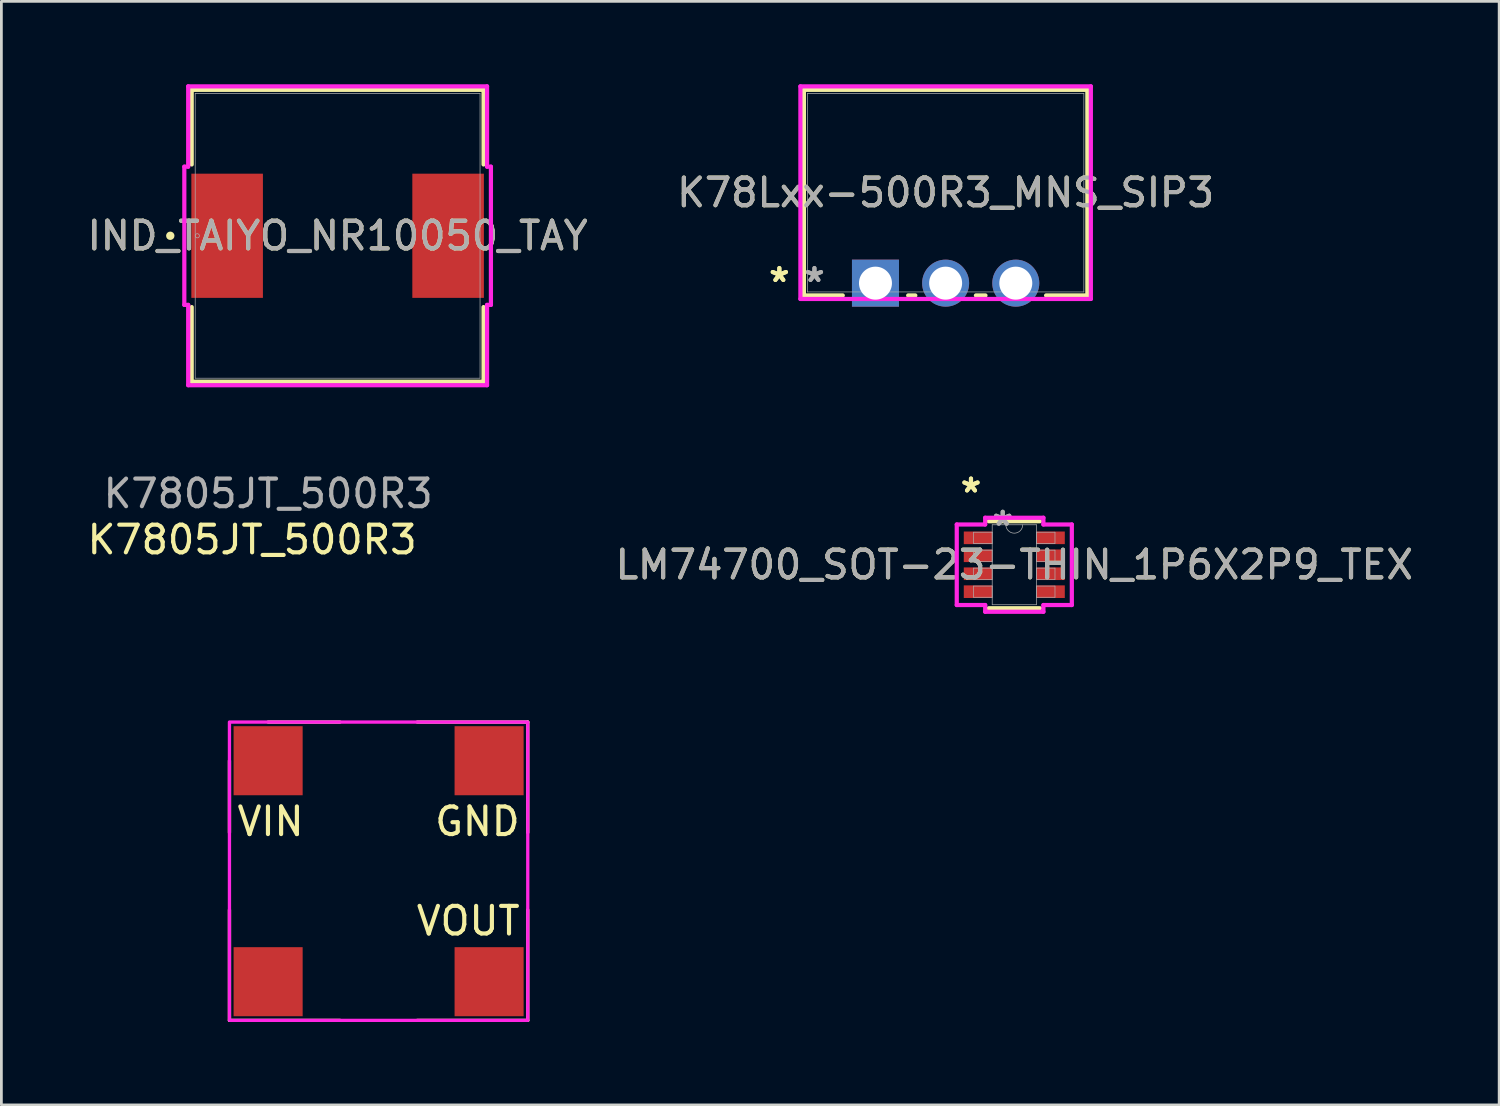
<source format=kicad_pcb>
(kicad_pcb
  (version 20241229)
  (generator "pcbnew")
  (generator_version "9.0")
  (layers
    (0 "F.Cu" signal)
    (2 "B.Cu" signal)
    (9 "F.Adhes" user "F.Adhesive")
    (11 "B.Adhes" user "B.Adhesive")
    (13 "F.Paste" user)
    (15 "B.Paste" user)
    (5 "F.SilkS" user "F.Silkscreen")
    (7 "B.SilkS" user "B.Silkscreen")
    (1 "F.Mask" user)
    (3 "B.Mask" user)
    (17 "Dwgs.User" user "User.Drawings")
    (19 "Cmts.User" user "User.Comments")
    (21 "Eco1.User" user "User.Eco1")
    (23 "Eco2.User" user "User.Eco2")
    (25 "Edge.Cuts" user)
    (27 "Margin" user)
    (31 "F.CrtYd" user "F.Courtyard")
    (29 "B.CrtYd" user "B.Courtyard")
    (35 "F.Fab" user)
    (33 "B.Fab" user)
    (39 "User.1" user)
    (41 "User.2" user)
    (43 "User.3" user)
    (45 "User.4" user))
  (footprint "LM74700_SOT-23-THIN_1P6X2P9_TEX"
    (layer "F.Cu")
    (at 33.671 17.396)
    (property "Reference" "LM74700_SOT-23-THIN_1P6X2P9_TEX" (at 0 0 0) (unlocked yes) (layer "F.SilkS") (effects (font (size 1 1) (thickness 0.15))))
    (attr smd)
    (fp_line (start -0.927 1.575) (end 0.927 1.575) (stroke (width 0.152) (type solid)) (layer "F.SilkS"))
    (fp_line (start 0.927 -1.575) (end -0.927 -1.575) (stroke (width 0.152) (type solid)) (layer "F.SilkS"))
    (fp_line (start -2.083 -1.458) (end -1.054 -1.458) (stroke (width 0.152) (type solid)) (layer "F.CrtYd"))
    (fp_line (start -2.083 1.458) (end -2.083 -1.458) (stroke (width 0.152) (type solid)) (layer "F.CrtYd"))
    (fp_line (start -2.083 1.458) (end -1.054 1.458) (stroke (width 0.152) (type solid)) (layer "F.CrtYd"))
    (fp_line (start -1.054 -1.702) (end 1.054 -1.702) (stroke (width 0.152) (type solid)) (layer "F.CrtYd"))
    (fp_line (start -1.054 -1.458) (end -1.054 -1.702) (stroke (width 0.152) (type solid)) (layer "F.CrtYd"))
    (fp_line (start -1.054 1.702) (end -1.054 1.458) (stroke (width 0.152) (type solid)) (layer "F.CrtYd"))
    (fp_line (start 1.054 -1.702) (end 1.054 -1.458) (stroke (width 0.152) (type solid)) (layer "F.CrtYd"))
    (fp_line (start 1.054 1.458) (end 1.054 1.702) (stroke (width 0.152) (type solid)) (layer "F.CrtYd"))
    (fp_line (start 1.054 1.702) (end -1.054 1.702) (stroke (width 0.152) (type solid)) (layer "F.CrtYd"))
    (fp_line (start 2.083 -1.458) (end 1.054 -1.458) (stroke (width 0.152) (type solid)) (layer "F.CrtYd"))
    (fp_line (start 2.083 -1.458) (end 2.083 1.458) (stroke (width 0.152) (type solid)) (layer "F.CrtYd"))
    (fp_line (start 2.083 1.458) (end 1.054 1.458) (stroke (width 0.152) (type solid)) (layer "F.CrtYd"))
    (fp_line (start -1.473 -1.178) (end -1.473 -0.772) (stroke (width 0.025) (type solid)) (layer "F.Fab"))
    (fp_line (start -1.473 -0.772) (end -0.8 -0.772) (stroke (width 0.025) (type solid)) (layer "F.Fab"))
    (fp_line (start -1.473 -0.528) (end -1.473 -0.122) (stroke (width 0.025) (type solid)) (layer "F.Fab"))
    (fp_line (start -1.473 -0.122) (end -0.8 -0.122) (stroke (width 0.025) (type solid)) (layer "F.Fab"))
    (fp_line (start -1.473 0.122) (end -1.473 0.528) (stroke (width 0.025) (type solid)) (layer "F.Fab"))
    (fp_line (start -1.473 0.528) (end -0.8 0.528) (stroke (width 0.025) (type solid)) (layer "F.Fab"))
    (fp_line (start -1.473 0.772) (end -1.473 1.178) (stroke (width 0.025) (type solid)) (layer "F.Fab"))
    (fp_line (start -1.473 1.178) (end -0.8 1.178) (stroke (width 0.025) (type solid)) (layer "F.Fab"))
    (fp_line (start -0.8 -1.448) (end -0.8 1.448) (stroke (width 0.025) (type solid)) (layer "F.Fab"))
    (fp_line (start -0.8 -1.178) (end -1.473 -1.178) (stroke (width 0.025) (type solid)) (layer "F.Fab"))
    (fp_line (start -0.8 -0.772) (end -0.8 -1.178) (stroke (width 0.025) (type solid)) (layer "F.Fab"))
    (fp_line (start -0.8 -0.528) (end -1.473 -0.528) (stroke (width 0.025) (type solid)) (layer "F.Fab"))
    (fp_line (start -0.8 -0.122) (end -0.8 -0.528) (stroke (width 0.025) (type solid)) (layer "F.Fab"))
    (fp_line (start -0.8 0.122) (end -1.473 0.122) (stroke (width 0.025) (type solid)) (layer "F.Fab"))
    (fp_line (start -0.8 0.528) (end -0.8 0.122) (stroke (width 0.025) (type solid)) (layer "F.Fab"))
    (fp_line (start -0.8 0.772) (end -1.473 0.772) (stroke (width 0.025) (type solid)) (layer "F.Fab"))
    (fp_line (start -0.8 1.178) (end -0.8 0.772) (stroke (width 0.025) (type solid)) (layer "F.Fab"))
    (fp_line (start -0.8 1.448) (end 0.8 1.448) (stroke (width 0.025) (type solid)) (layer "F.Fab"))
    (fp_line (start 0.8 -1.448) (end -0.8 -1.448) (stroke (width 0.025) (type solid)) (layer "F.Fab"))
    (fp_line (start 0.8 -1.178) (end 0.8 -0.772) (stroke (width 0.025) (type solid)) (layer "F.Fab"))
    (fp_line (start 0.8 -0.772) (end 1.473 -0.772) (stroke (width 0.025) (type solid)) (layer "F.Fab"))
    (fp_line (start 0.8 -0.528) (end 0.8 -0.122) (stroke (width 0.025) (type solid)) (layer "F.Fab"))
    (fp_line (start 0.8 -0.122) (end 1.473 -0.122) (stroke (width 0.025) (type solid)) (layer "F.Fab"))
    (fp_line (start 0.8 0.122) (end 0.8 0.528) (stroke (width 0.025) (type solid)) (layer "F.Fab"))
    (fp_line (start 0.8 0.528) (end 1.473 0.528) (stroke (width 0.025) (type solid)) (layer "F.Fab"))
    (fp_line (start 0.8 0.772) (end 0.8 1.178) (stroke (width 0.025) (type solid)) (layer "F.Fab"))
    (fp_line (start 0.8 1.178) (end 1.473 1.178) (stroke (width 0.025) (type solid)) (layer "F.Fab"))
    (fp_line (start 0.8 1.448) (end 0.8 -1.448) (stroke (width 0.025) (type solid)) (layer "F.Fab"))
    (fp_line (start 1.473 -1.178) (end 0.8 -1.178) (stroke (width 0.025) (type solid)) (layer "F.Fab"))
    (fp_line (start 1.473 -0.772) (end 1.473 -1.178) (stroke (width 0.025) (type solid)) (layer "F.Fab"))
    (fp_line (start 1.473 -0.528) (end 0.8 -0.528) (stroke (width 0.025) (type solid)) (layer "F.Fab"))
    (fp_line (start 1.473 -0.122) (end 1.473 -0.528) (stroke (width 0.025) (type solid)) (layer "F.Fab"))
    (fp_line (start 1.473 0.122) (end 0.8 0.122) (stroke (width 0.025) (type solid)) (layer "F.Fab"))
    (fp_line (start 1.473 0.528) (end 1.473 0.122) (stroke (width 0.025) (type solid)) (layer "F.Fab"))
    (fp_line (start 1.473 0.772) (end 0.8 0.772) (stroke (width 0.025) (type solid)) (layer "F.Fab"))
    (fp_line (start 1.473 1.178) (end 1.473 0.772) (stroke (width 0.025) (type solid)) (layer "F.Fab"))
    (fp_arc (start 0.3048 -1.4478) (mid 0 -1.143) (end -0.3048 -1.4478) (stroke (width 0.0254) (type solid)) (layer "F.Fab"))
    (fp_text user "*" (at -1.568 -2.575 0) (unlocked yes) (layer "F.SilkS") (effects (font (size 1 1) (thickness 0.15))))
    (fp_text user "*" (at -1.568 -2.575 0) (layer "F.SilkS") (effects (font (size 1 1) (thickness 0.15))))
    (fp_text user "*" (at -0.419 -1.372 0) (layer "F.Fab") (effects (font (size 1 1) (thickness 0.15))))
    (fp_text user "${REFERENCE}" (at 0 0 0) (unlocked yes) (layer "F.Fab") (effects (font (size 1 1) (thickness 0.15))))
    (fp_text user "*" (at -0.419 -1.372 0) (unlocked yes) (layer "F.Fab") (effects (font (size 1 1) (thickness 0.15))))
    (pad "1" smd rect (at -1.314 -0.975) (size 1.029 0.457) (layers "F.Cu" "F.Mask" "F.Paste"))
    (pad "2" smd rect (at -1.314 -0.325) (size 1.029 0.457) (layers "F.Cu" "F.Mask" "F.Paste"))
    (pad "3" smd rect (at -1.314 0.325) (size 1.029 0.457) (layers "F.Cu" "F.Mask" "F.Paste"))
    (pad "4" smd rect (at -1.314 0.975) (size 1.029 0.457) (layers "F.Cu" "F.Mask" "F.Paste"))
    (pad "5" smd rect (at 1.314 0.975) (size 1.029 0.457) (layers "F.Cu" "F.Mask" "F.Paste"))
    (pad "6" smd rect (at 1.314 0.325) (size 1.029 0.457) (layers "F.Cu" "F.Mask" "F.Paste"))
    (pad "7" smd rect (at 1.314 -0.325) (size 1.029 0.457) (layers "F.Cu" "F.Mask" "F.Paste"))
    (pad "8" smd rect (at 1.314 -0.975) (size 1.029 0.457) (layers "F.Cu" "F.Mask" "F.Paste")))
  (footprint "IND_TAIYO_NR10050_TAY"
    (layer "F.Cu")
    (at 9.173 5.486)
    (property "Reference" "IND_TAIYO_NR10050_TAY" (at 0 0 0) (unlocked yes) (layer "F.SilkS") (effects (font (size 1 1) (thickness 0.15))))
    (attr smd)
    (fp_line (start -5.283 -5.283) (end -5.283 -2.581) (stroke (width 0.152) (type solid)) (layer "F.SilkS"))
    (fp_line (start -5.283 2.581) (end -5.283 5.283) (stroke (width 0.152) (type solid)) (layer "F.SilkS"))
    (fp_line (start -5.283 5.283) (end 5.283 5.283) (stroke (width 0.152) (type solid)) (layer "F.SilkS"))
    (fp_line (start 5.283 -5.283) (end -5.283 -5.283) (stroke (width 0.152) (type solid)) (layer "F.SilkS"))
    (fp_line (start 5.283 -2.581) (end 5.283 -5.283) (stroke (width 0.152) (type solid)) (layer "F.SilkS"))
    (fp_line (start 5.283 5.283) (end 5.283 2.581) (stroke (width 0.152) (type solid)) (layer "F.SilkS"))
    (fp_circle (center -6.058 0) (end -5.982 0) (stroke (width 0.152) (type solid)) (fill no) (layer "F.SilkS"))
    (fp_line (start -5.55 -2.502) (end -5.41 -2.502) (stroke (width 0.152) (type solid)) (layer "F.CrtYd"))
    (fp_line (start -5.55 2.502) (end -5.55 -2.502) (stroke (width 0.152) (type solid)) (layer "F.CrtYd"))
    (fp_line (start -5.41 -5.41) (end 5.41 -5.41) (stroke (width 0.152) (type solid)) (layer "F.CrtYd"))
    (fp_line (start -5.41 -2.502) (end -5.41 -5.41) (stroke (width 0.152) (type solid)) (layer "F.CrtYd"))
    (fp_line (start -5.41 2.502) (end -5.55 2.502) (stroke (width 0.152) (type solid)) (layer "F.CrtYd"))
    (fp_line (start -5.41 5.41) (end -5.41 2.502) (stroke (width 0.152) (type solid)) (layer "F.CrtYd"))
    (fp_line (start 5.41 -5.41) (end 5.41 -2.502) (stroke (width 0.152) (type solid)) (layer "F.CrtYd"))
    (fp_line (start 5.41 -2.502) (end 5.55 -2.502) (stroke (width 0.152) (type solid)) (layer "F.CrtYd"))
    (fp_line (start 5.41 2.502) (end 5.41 5.41) (stroke (width 0.152) (type solid)) (layer "F.CrtYd"))
    (fp_line (start 5.41 5.41) (end -5.41 5.41) (stroke (width 0.152) (type solid)) (layer "F.CrtYd"))
    (fp_line (start 5.55 -2.502) (end 5.55 2.502) (stroke (width 0.152) (type solid)) (layer "F.CrtYd"))
    (fp_line (start 5.55 2.502) (end 5.41 2.502) (stroke (width 0.152) (type solid)) (layer "F.CrtYd"))
    (fp_line (start -5.156 -5.156) (end -5.156 5.156) (stroke (width 0.025) (type solid)) (layer "F.Fab"))
    (fp_line (start -5.156 5.156) (end 5.156 5.156) (stroke (width 0.025) (type solid)) (layer "F.Fab"))
    (fp_line (start 5.156 -5.156) (end -5.156 -5.156) (stroke (width 0.025) (type solid)) (layer "F.Fab"))
    (fp_line (start 5.156 5.156) (end 5.156 -5.156) (stroke (width 0.025) (type solid)) (layer "F.Fab"))
    (fp_circle (center -5.08 0) (end -5.004 0) (stroke (width 0.025) (type solid)) (fill no) (layer "F.Fab"))
    (fp_text user "${REFERENCE}" (at 0 0 0) (unlocked yes) (layer "F.Fab") (effects (font (size 1 1) (thickness 0.15))))
    (pad "1" smd rect (at -4 0) (size 2.591 4.496) (layers "F.Cu" "F.Mask" "F.Paste"))
    (pad "2" smd rect (at 4 0) (size 2.591 4.496) (layers "F.Cu" "F.Mask" "F.Paste"))
    (zone (net_name "") (layer "F.Cu") (hatch full 0.508) (connect_pads) (min_thickness 0.254) (filled_areas_thickness no) (keepout (tracks not_allowed) (vias not_allowed) (pads allowed) (copperpour not_allowed) (footprints allowed)) (placement (enabled no)) (fill) (polygon (pts (xy 6.518 0.381) (xy 11.827 0.381) (xy 11.827 10.592) (xy 6.518 10.592)))))
  (footprint "K7805JT_500R3"
    (layer "F.Cu")
    (at 6.657 24.491)
    (property "Reference" "K7805JT_500R3" (at -0.58 -8 0) (unlocked yes) (layer "F.SilkS") (effects (font (size 1 1) (thickness 0.15))))
    (attr smd)
    (fp_line (start 0 0) (end 1 0) (stroke (width 0.12) (type default)) (layer "F.Cu"))
    (fp_line (start -1.4 2.6) (end -1.4 0) (stroke (width 0.12) (type default)) (layer "F.SilkS"))
    (fp_line (start -1.4 9.4) (end -1.4 5.4) (stroke (width 0.12) (type default)) (layer "F.SilkS"))
    (fp_line (start 0 -1.4) (end 2.6 -1.4) (stroke (width 0.12) (type default)) (layer "F.SilkS"))
    (fp_line (start 2.6 9.4) (end -1.4 9.4) (stroke (width 0.12) (type default)) (layer "F.SilkS"))
    (fp_line (start 5.4 -1.4) (end 9.4 -1.4) (stroke (width 0.12) (type default)) (layer "F.SilkS"))
    (fp_line (start 9.4 -1.4) (end 9.4 2.6) (stroke (width 0.12) (type default)) (layer "F.SilkS"))
    (fp_line (start 9.4 5.4) (end 9.4 9.4) (stroke (width 0.12) (type default)) (layer "F.SilkS"))
    (fp_line (start 9.4 9.4) (end 5.4 9.4) (stroke (width 0.12) (type default)) (layer "F.SilkS"))
    (fp_rect (start -1.4 -1.4) (end 9.4 9.4) (stroke (width 0.12) (type default)) (fill no) (layer "F.CrtYd"))
    (fp_text user "VIN" (at -1.2 2.2 0) (unlocked yes) (layer "F.SilkS") (effects (font (size 1 1) (thickness 0.15)) (justify left)))
    (fp_text user "VOUT" (at 9.2 5.8 0) (unlocked yes) (layer "F.SilkS") (effects (font (size 1 1) (thickness 0.15)) (justify right)))
    (fp_text user "GND" (at 9.2 2.2 0) (unlocked yes) (layer "F.SilkS") (effects (font (size 1 1) (thickness 0.15)) (justify right)))
    (fp_text user "${REFERENCE}" (at 0 -9.67 0) (unlocked yes) (layer "F.Fab") (effects (font (size 1 1) (thickness 0.15))))
    (pad "1" smd rect (at 0 0) (size 2.5 2.5) (layers "F.Cu" "F.Mask" "F.Paste"))
    (pad "2" smd rect (at 0 8) (size 2.5 2.5) (layers "F.Cu" "F.Mask" "F.Paste"))
    (pad "3" smd rect (at 8 8) (size 2.5 2.5) (layers "F.Cu" "F.Mask" "F.Paste"))
    (pad "4" smd rect (at 8 0) (size 2.5 2.5) (layers "F.Cu" "F.Mask" "F.Paste")))
  (footprint "K78Lxx-500R3_MNS_SIP3"
    (layer "F.Cu")
    (at 28.645 7.201)
    (property "Reference" "K78Lxx-500R3_MNS_SIP3" (at 2.54 -3.277 0) (unlocked yes) (layer "F.SilkS") (effects (font (size 1 1) (thickness 0.15))))
    (attr through_hole)
    (fp_line (start -2.591 -6.998) (end -2.591 0.445) (stroke (width 0.152) (type solid)) (layer "F.SilkS"))
    (fp_line (start -2.591 0.445) (end -1.184 0.445) (stroke (width 0.152) (type solid)) (layer "F.SilkS"))
    (fp_line (start 1.184 0.445) (end 1.443 0.445) (stroke (width 0.152) (type solid)) (layer "F.SilkS"))
    (fp_line (start 3.637 0.445) (end 3.983 0.445) (stroke (width 0.152) (type solid)) (layer "F.SilkS"))
    (fp_line (start 6.177 0.445) (end 7.671 0.445) (stroke (width 0.152) (type solid)) (layer "F.SilkS"))
    (fp_line (start 7.671 -6.998) (end -2.591 -6.998) (stroke (width 0.152) (type solid)) (layer "F.SilkS"))
    (fp_line (start 7.671 0.445) (end 7.671 -6.998) (stroke (width 0.152) (type solid)) (layer "F.SilkS"))
    (fp_line (start -2.718 -7.125) (end 7.798 -7.125) (stroke (width 0.152) (type solid)) (layer "F.CrtYd"))
    (fp_line (start -2.718 0.572) (end -2.718 -7.125) (stroke (width 0.152) (type solid)) (layer "F.CrtYd"))
    (fp_line (start 7.798 -7.125) (end 7.798 0.572) (stroke (width 0.152) (type solid)) (layer "F.CrtYd"))
    (fp_line (start 7.798 0.572) (end -2.718 0.572) (stroke (width 0.152) (type solid)) (layer "F.CrtYd"))
    (fp_line (start -2.464 -6.871) (end -2.464 0.318) (stroke (width 0.025) (type solid)) (layer "F.Fab"))
    (fp_line (start -2.464 0.318) (end 7.544 0.318) (stroke (width 0.025) (type solid)) (layer "F.Fab"))
    (fp_line (start 7.544 -6.871) (end -2.464 -6.871) (stroke (width 0.025) (type solid)) (layer "F.Fab"))
    (fp_line (start 7.544 0.318) (end 7.544 -6.871) (stroke (width 0.025) (type solid)) (layer "F.Fab"))
    (fp_text user "*" (at -3.48 0 0) (layer "F.SilkS") (effects (font (size 1 1) (thickness 0.15))))
    (fp_text user "*" (at -3.48 0 0) (unlocked yes) (layer "F.SilkS") (effects (font (size 1 1) (thickness 0.15))))
    (fp_text user "${REFERENCE}" (at 2.54 -3.277 0) (unlocked yes) (layer "F.Fab") (effects (font (size 1 1) (thickness 0.15))))
    (fp_text user "*" (at -2.21 0 0) (unlocked yes) (layer "F.Fab") (effects (font (size 1 1) (thickness 0.15))))
    (fp_text user "*" (at -2.21 0 0) (layer "F.Fab") (effects (font (size 1 1) (thickness 0.15))))
    (pad "1" thru_hole rect (at 0 0) (size 1.702 1.702) (drill 1.194) (layers "*.Cu" "*.Mask"))
    (pad "2" thru_hole circle (at 2.54 0) (size 1.702 1.702) (drill 1.194) (layers "*.Cu" "*.Mask"))
    (pad "3" thru_hole circle (at 5.08 0) (size 1.702 1.702) (drill 1.194) (layers "*.Cu" "*.Mask")))
  (gr_rect
    (start -3 -3)
    (end 51.225 36.951)
    (stroke (width 0.1) (type default))
    (fill no)
    (layer "Edge.Cuts")))
</source>
